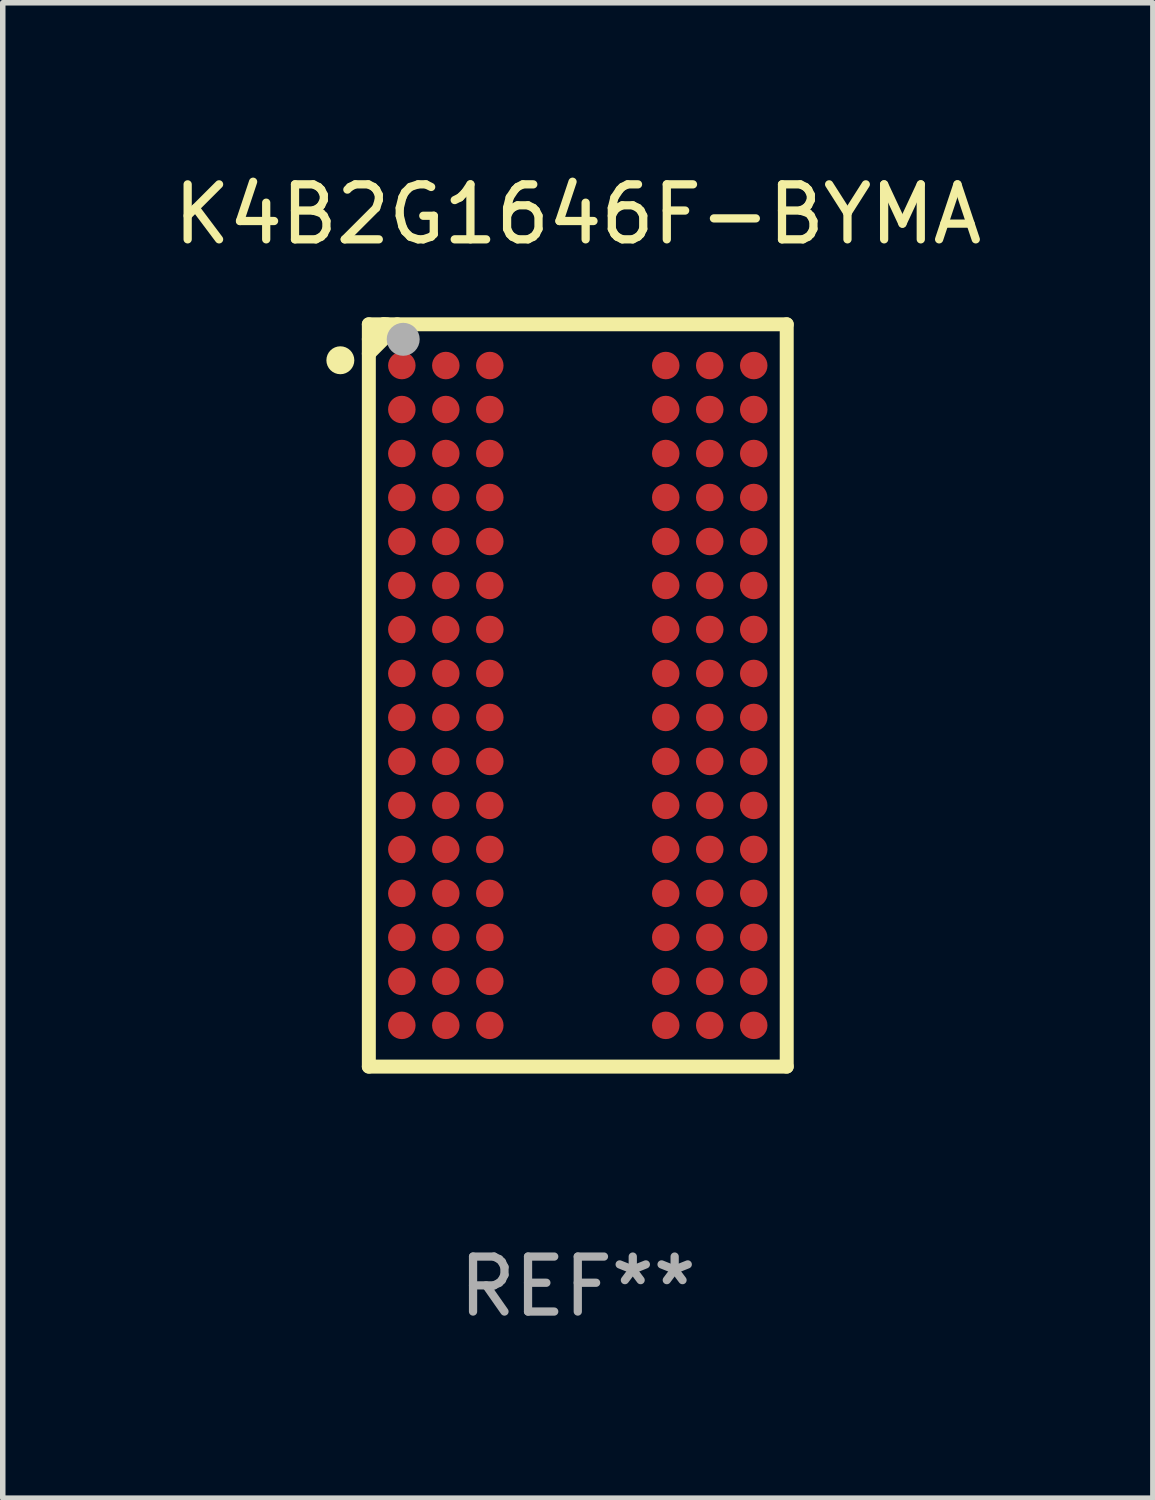
<source format=kicad_pcb>
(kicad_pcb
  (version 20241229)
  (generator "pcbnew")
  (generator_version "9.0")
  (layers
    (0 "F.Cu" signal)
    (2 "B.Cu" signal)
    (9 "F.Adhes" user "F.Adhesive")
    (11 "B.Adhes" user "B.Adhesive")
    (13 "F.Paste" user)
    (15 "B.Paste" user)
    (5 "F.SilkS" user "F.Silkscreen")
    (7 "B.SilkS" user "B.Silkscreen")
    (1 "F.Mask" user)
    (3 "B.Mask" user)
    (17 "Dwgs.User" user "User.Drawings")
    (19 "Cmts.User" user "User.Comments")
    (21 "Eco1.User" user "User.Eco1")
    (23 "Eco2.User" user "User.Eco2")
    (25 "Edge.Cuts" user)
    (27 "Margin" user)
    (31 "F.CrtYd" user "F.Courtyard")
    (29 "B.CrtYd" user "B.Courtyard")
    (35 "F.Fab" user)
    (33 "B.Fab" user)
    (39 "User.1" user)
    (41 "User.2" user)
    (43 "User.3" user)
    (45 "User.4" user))
  (footprint "K4B2G1646F-BYMA"
    (layer "F.Cu")
    (at 7.458 9.598)
    (property "Reference" "K4B2G1646F-BYMA" (at 0 -8.75 0) (layer "F.SilkS") (effects (font (size 1 1) (thickness 0.15))))
    (attr through_hole)
    (fp_line (start -3.8 -6.75) (end -3.8 6.75) (stroke (width 0.254) (type solid)) (layer "F.SilkS"))
    (fp_line (start -3.8 -6.75) (end 3.8 -6.75) (stroke (width 0.254) (type solid)) (layer "F.SilkS"))
    (fp_line (start -3.8 6.75) (end 3.8 6.75) (stroke (width 0.254) (type solid)) (layer "F.SilkS"))
    (fp_line (start -3.53 -6.75) (end -3.8 -6.48) (stroke (width 0.254) (type solid)) (layer "F.SilkS"))
    (fp_line (start -3.471 -6.75) (end -3.53 -6.75) (stroke (width 0.254) (type solid)) (layer "F.SilkS"))
    (fp_line (start -3.283 -6.75) (end -3.283 -6.734) (stroke (width 0.254) (type solid)) (layer "F.SilkS"))
    (fp_line (start -3.283 -6.734) (end -3.8 -6.217) (stroke (width 0.254) (type solid)) (layer "F.SilkS"))
    (fp_line (start 3.8 -6.75) (end 3.8 6.75) (stroke (width 0.254) (type solid)) (layer "F.SilkS"))
    (fp_circle (center -4.318 -6.096) (end -4.191 -6.096) (stroke (width 0.254) (type solid)) (fill no) (layer "F.SilkS"))
    (fp_circle (center -3.75 -6.75) (end -3.72 -6.75) (stroke (width 0.06) (type solid)) (fill no) (layer "F.SilkS"))
    (fp_circle (center -3.175 -6.477) (end -3.025 -6.477) (stroke (width 0.3) (type solid)) (fill no) (layer "F.Fab"))
    (fp_text user "REF**" (at 0 10.75 0) (layer "F.Fab") (effects (font (size 1 1) (thickness 0.15))))
    (pad "A1" smd circle (at -3.2 -6) (size 0.5 0.5) (layers "F.Cu" "F.Mask" "F.Paste"))
    (pad "A2" smd circle (at -2.4 -6) (size 0.5 0.5) (layers "F.Cu" "F.Mask" "F.Paste"))
    (pad "A3" smd circle (at -1.6 -6) (size 0.5 0.5) (layers "F.Cu" "F.Mask" "F.Paste"))
    (pad "A7" smd circle (at 1.6 -6) (size 0.5 0.5) (layers "F.Cu" "F.Mask" "F.Paste"))
    (pad "A8" smd circle (at 2.4 -6) (size 0.5 0.5) (layers "F.Cu" "F.Mask" "F.Paste"))
    (pad "A9" smd circle (at 3.2 -6) (size 0.5 0.5) (layers "F.Cu" "F.Mask" "F.Paste"))
    (pad "B1" smd circle (at -3.2 -5.2) (size 0.5 0.5) (layers "F.Cu" "F.Mask" "F.Paste"))
    (pad "B2" smd circle (at -2.4 -5.2) (size 0.5 0.5) (layers "F.Cu" "F.Mask" "F.Paste"))
    (pad "B3" smd circle (at -1.6 -5.2) (size 0.5 0.5) (layers "F.Cu" "F.Mask" "F.Paste"))
    (pad "B7" smd circle (at 1.6 -5.2) (size 0.5 0.5) (layers "F.Cu" "F.Mask" "F.Paste"))
    (pad "B8" smd circle (at 2.4 -5.2) (size 0.5 0.5) (layers "F.Cu" "F.Mask" "F.Paste"))
    (pad "B9" smd circle (at 3.2 -5.2) (size 0.5 0.5) (layers "F.Cu" "F.Mask" "F.Paste"))
    (pad "C1" smd circle (at -3.2 -4.4) (size 0.5 0.5) (layers "F.Cu" "F.Mask" "F.Paste"))
    (pad "C2" smd circle (at -2.4 -4.4) (size 0.5 0.5) (layers "F.Cu" "F.Mask" "F.Paste"))
    (pad "C3" smd circle (at -1.6 -4.4) (size 0.5 0.5) (layers "F.Cu" "F.Mask" "F.Paste"))
    (pad "C7" smd circle (at 1.6 -4.4) (size 0.5 0.5) (layers "F.Cu" "F.Mask" "F.Paste"))
    (pad "C8" smd circle (at 2.4 -4.4) (size 0.5 0.5) (layers "F.Cu" "F.Mask" "F.Paste"))
    (pad "C9" smd circle (at 3.2 -4.4) (size 0.5 0.5) (layers "F.Cu" "F.Mask" "F.Paste"))
    (pad "D1" smd circle (at -3.2 -3.6) (size 0.5 0.5) (layers "F.Cu" "F.Mask" "F.Paste"))
    (pad "D2" smd circle (at -2.4 -3.6) (size 0.5 0.5) (layers "F.Cu" "F.Mask" "F.Paste"))
    (pad "D3" smd circle (at -1.6 -3.6) (size 0.5 0.5) (layers "F.Cu" "F.Mask" "F.Paste"))
    (pad "D7" smd circle (at 1.6 -3.6) (size 0.5 0.5) (layers "F.Cu" "F.Mask" "F.Paste"))
    (pad "D8" smd circle (at 2.4 -3.6) (size 0.5 0.5) (layers "F.Cu" "F.Mask" "F.Paste"))
    (pad "D9" smd circle (at 3.2 -3.6) (size 0.5 0.5) (layers "F.Cu" "F.Mask" "F.Paste"))
    (pad "E1" smd circle (at -3.2 -2.8) (size 0.5 0.5) (layers "F.Cu" "F.Mask" "F.Paste"))
    (pad "E2" smd circle (at -2.4 -2.8) (size 0.5 0.5) (layers "F.Cu" "F.Mask" "F.Paste"))
    (pad "E3" smd circle (at -1.6 -2.8) (size 0.5 0.5) (layers "F.Cu" "F.Mask" "F.Paste"))
    (pad "E7" smd circle (at 1.6 -2.8) (size 0.5 0.5) (layers "F.Cu" "F.Mask" "F.Paste"))
    (pad "E8" smd circle (at 2.4 -2.8) (size 0.5 0.5) (layers "F.Cu" "F.Mask" "F.Paste"))
    (pad "E9" smd circle (at 3.2 -2.8) (size 0.5 0.5) (layers "F.Cu" "F.Mask" "F.Paste"))
    (pad "F1" smd circle (at -3.2 -2) (size 0.5 0.5) (layers "F.Cu" "F.Mask" "F.Paste"))
    (pad "F2" smd circle (at -2.4 -2) (size 0.5 0.5) (layers "F.Cu" "F.Mask" "F.Paste"))
    (pad "F3" smd circle (at -1.6 -2) (size 0.5 0.5) (layers "F.Cu" "F.Mask" "F.Paste"))
    (pad "F7" smd circle (at 1.6 -2) (size 0.5 0.5) (layers "F.Cu" "F.Mask" "F.Paste"))
    (pad "F8" smd circle (at 2.4 -2) (size 0.5 0.5) (layers "F.Cu" "F.Mask" "F.Paste"))
    (pad "F9" smd circle (at 3.2 -2) (size 0.5 0.5) (layers "F.Cu" "F.Mask" "F.Paste"))
    (pad "G1" smd circle (at -3.2 -1.2) (size 0.5 0.5) (layers "F.Cu" "F.Mask" "F.Paste"))
    (pad "G2" smd circle (at -2.4 -1.2) (size 0.5 0.5) (layers "F.Cu" "F.Mask" "F.Paste"))
    (pad "G3" smd circle (at -1.6 -1.2) (size 0.5 0.5) (layers "F.Cu" "F.Mask" "F.Paste"))
    (pad "G7" smd circle (at 1.6 -1.2) (size 0.5 0.5) (layers "F.Cu" "F.Mask" "F.Paste"))
    (pad "G8" smd circle (at 2.4 -1.2) (size 0.5 0.5) (layers "F.Cu" "F.Mask" "F.Paste"))
    (pad "G9" smd circle (at 3.2 -1.2) (size 0.5 0.5) (layers "F.Cu" "F.Mask" "F.Paste"))
    (pad "H1" smd circle (at -3.2 -0.4) (size 0.5 0.5) (layers "F.Cu" "F.Mask" "F.Paste"))
    (pad "H2" smd circle (at -2.4 -0.4) (size 0.5 0.5) (layers "F.Cu" "F.Mask" "F.Paste"))
    (pad "H3" smd circle (at -1.6 -0.4) (size 0.5 0.5) (layers "F.Cu" "F.Mask" "F.Paste"))
    (pad "H7" smd circle (at 1.6 -0.4) (size 0.5 0.5) (layers "F.Cu" "F.Mask" "F.Paste"))
    (pad "H8" smd circle (at 2.4 -0.4) (size 0.5 0.5) (layers "F.Cu" "F.Mask" "F.Paste"))
    (pad "H9" smd circle (at 3.2 -0.4) (size 0.5 0.5) (layers "F.Cu" "F.Mask" "F.Paste"))
    (pad "J1" smd circle (at -3.2 0.4) (size 0.5 0.5) (layers "F.Cu" "F.Mask" "F.Paste"))
    (pad "J2" smd circle (at -2.4 0.4) (size 0.5 0.5) (layers "F.Cu" "F.Mask" "F.Paste"))
    (pad "J3" smd circle (at -1.6 0.4) (size 0.5 0.5) (layers "F.Cu" "F.Mask" "F.Paste"))
    (pad "J7" smd circle (at 1.6 0.4) (size 0.5 0.5) (layers "F.Cu" "F.Mask" "F.Paste"))
    (pad "J8" smd circle (at 2.4 0.4) (size 0.5 0.5) (layers "F.Cu" "F.Mask" "F.Paste"))
    (pad "J9" smd circle (at 3.2 0.4) (size 0.5 0.5) (layers "F.Cu" "F.Mask" "F.Paste"))
    (pad "K1" smd circle (at -3.2 1.2) (size 0.5 0.5) (layers "F.Cu" "F.Mask" "F.Paste"))
    (pad "K2" smd circle (at -2.4 1.2) (size 0.5 0.5) (layers "F.Cu" "F.Mask" "F.Paste"))
    (pad "K3" smd circle (at -1.6 1.2) (size 0.5 0.5) (layers "F.Cu" "F.Mask" "F.Paste"))
    (pad "K7" smd circle (at 1.6 1.2) (size 0.5 0.5) (layers "F.Cu" "F.Mask" "F.Paste"))
    (pad "K8" smd circle (at 2.4 1.2) (size 0.5 0.5) (layers "F.Cu" "F.Mask" "F.Paste"))
    (pad "K9" smd circle (at 3.2 1.2) (size 0.5 0.5) (layers "F.Cu" "F.Mask" "F.Paste"))
    (pad "L1" smd circle (at -3.2 2) (size 0.5 0.5) (layers "F.Cu" "F.Mask" "F.Paste"))
    (pad "L2" smd circle (at -2.4 2) (size 0.5 0.5) (layers "F.Cu" "F.Mask" "F.Paste"))
    (pad "L3" smd circle (at -1.6 2) (size 0.5 0.5) (layers "F.Cu" "F.Mask" "F.Paste"))
    (pad "L7" smd circle (at 1.6 2) (size 0.5 0.5) (layers "F.Cu" "F.Mask" "F.Paste"))
    (pad "L8" smd circle (at 2.4 2) (size 0.5 0.5) (layers "F.Cu" "F.Mask" "F.Paste"))
    (pad "L9" smd circle (at 3.2 2) (size 0.5 0.5) (layers "F.Cu" "F.Mask" "F.Paste"))
    (pad "M1" smd circle (at -3.2 2.8) (size 0.5 0.5) (layers "F.Cu" "F.Mask" "F.Paste"))
    (pad "M2" smd circle (at -2.4 2.8) (size 0.5 0.5) (layers "F.Cu" "F.Mask" "F.Paste"))
    (pad "M3" smd circle (at -1.6 2.8) (size 0.5 0.5) (layers "F.Cu" "F.Mask" "F.Paste"))
    (pad "M7" smd circle (at 1.6 2.8) (size 0.5 0.5) (layers "F.Cu" "F.Mask" "F.Paste"))
    (pad "M8" smd circle (at 2.4 2.8) (size 0.5 0.5) (layers "F.Cu" "F.Mask" "F.Paste"))
    (pad "M9" smd circle (at 3.2 2.8) (size 0.5 0.5) (layers "F.Cu" "F.Mask" "F.Paste"))
    (pad "N1" smd circle (at -3.2 3.6) (size 0.5 0.5) (layers "F.Cu" "F.Mask" "F.Paste"))
    (pad "N2" smd circle (at -2.4 3.6) (size 0.5 0.5) (layers "F.Cu" "F.Mask" "F.Paste"))
    (pad "N3" smd circle (at -1.6 3.6) (size 0.5 0.5) (layers "F.Cu" "F.Mask" "F.Paste"))
    (pad "N7" smd circle (at 1.6 3.6) (size 0.5 0.5) (layers "F.Cu" "F.Mask" "F.Paste"))
    (pad "N8" smd circle (at 2.4 3.6) (size 0.5 0.5) (layers "F.Cu" "F.Mask" "F.Paste"))
    (pad "N9" smd circle (at 3.2 3.6) (size 0.5 0.5) (layers "F.Cu" "F.Mask" "F.Paste"))
    (pad "P1" smd circle (at -3.2 4.4) (size 0.5 0.5) (layers "F.Cu" "F.Mask" "F.Paste"))
    (pad "P2" smd circle (at -2.4 4.4) (size 0.5 0.5) (layers "F.Cu" "F.Mask" "F.Paste"))
    (pad "P3" smd circle (at -1.6 4.4) (size 0.5 0.5) (layers "F.Cu" "F.Mask" "F.Paste"))
    (pad "P7" smd circle (at 1.6 4.4) (size 0.5 0.5) (layers "F.Cu" "F.Mask" "F.Paste"))
    (pad "P8" smd circle (at 2.4 4.4) (size 0.5 0.5) (layers "F.Cu" "F.Mask" "F.Paste"))
    (pad "P9" smd circle (at 3.2 4.4) (size 0.5 0.5) (layers "F.Cu" "F.Mask" "F.Paste"))
    (pad "R1" smd circle (at -3.2 5.2) (size 0.5 0.5) (layers "F.Cu" "F.Mask" "F.Paste"))
    (pad "R2" smd circle (at -2.4 5.2) (size 0.5 0.5) (layers "F.Cu" "F.Mask" "F.Paste"))
    (pad "R3" smd circle (at -1.6 5.2) (size 0.5 0.5) (layers "F.Cu" "F.Mask" "F.Paste"))
    (pad "R7" smd circle (at 1.6 5.2) (size 0.5 0.5) (layers "F.Cu" "F.Mask" "F.Paste"))
    (pad "R8" smd circle (at 2.4 5.2) (size 0.5 0.5) (layers "F.Cu" "F.Mask" "F.Paste"))
    (pad "R9" smd circle (at 3.2 5.2) (size 0.5 0.5) (layers "F.Cu" "F.Mask" "F.Paste"))
    (pad "T1" smd circle (at -3.2 6) (size 0.5 0.5) (layers "F.Cu" "F.Mask" "F.Paste"))
    (pad "T2" smd circle (at -2.4 6) (size 0.5 0.5) (layers "F.Cu" "F.Mask" "F.Paste"))
    (pad "T3" smd circle (at -1.6 6) (size 0.5 0.5) (layers "F.Cu" "F.Mask" "F.Paste"))
    (pad "T7" smd circle (at 1.6 6) (size 0.5 0.5) (layers "F.Cu" "F.Mask" "F.Paste"))
    (pad "T8" smd circle (at 2.4 6) (size 0.5 0.5) (layers "F.Cu" "F.Mask" "F.Paste"))
    (pad "T9" smd circle (at 3.2 6) (size 0.5 0.5) (layers "F.Cu" "F.Mask" "F.Paste")))
  (gr_rect
    (start -3 -3)
    (end 17.917 24.197)
    (stroke (width 0.1) (type default))
    (fill no)
    (layer "Edge.Cuts")))
</source>
